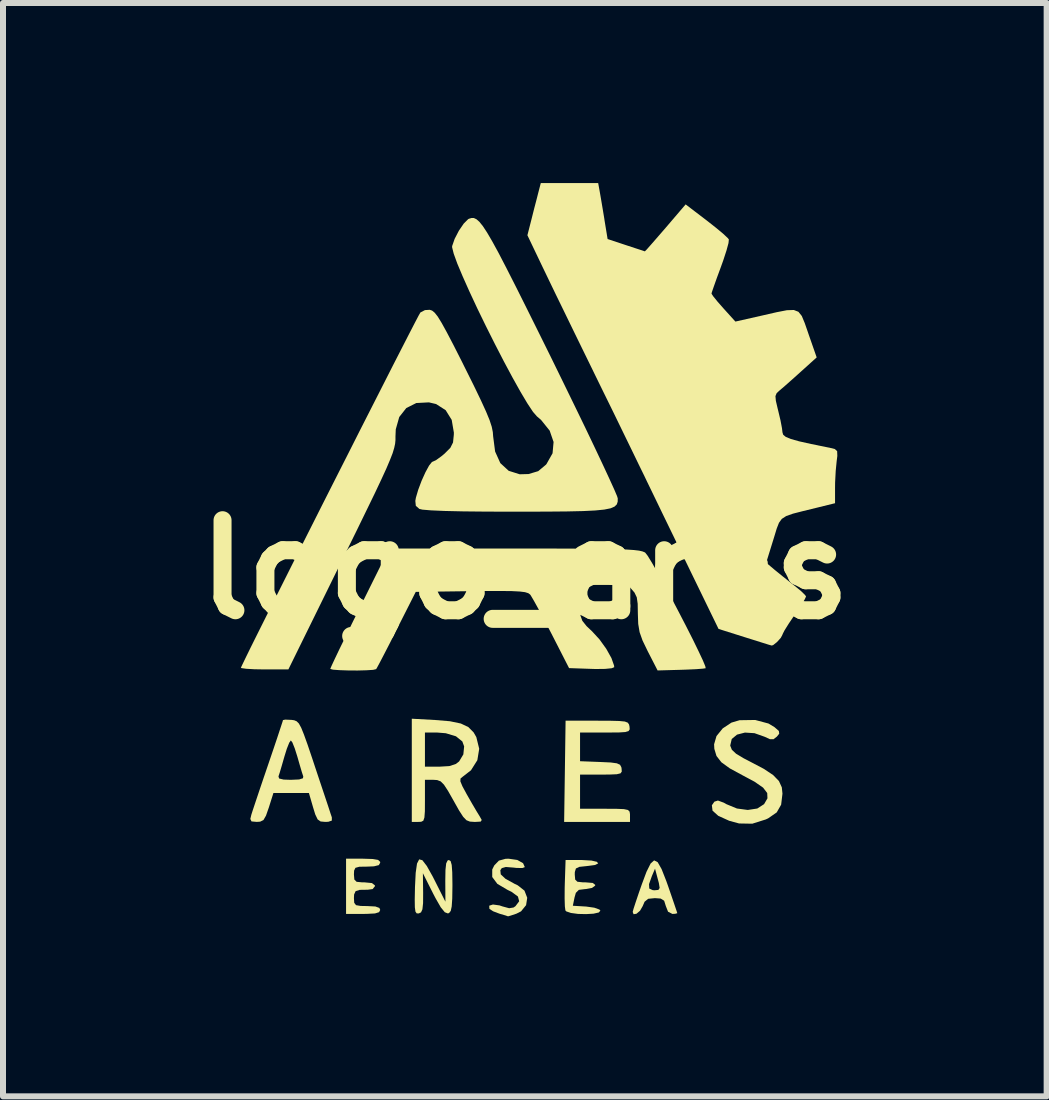
<source format=kicad_pcb>
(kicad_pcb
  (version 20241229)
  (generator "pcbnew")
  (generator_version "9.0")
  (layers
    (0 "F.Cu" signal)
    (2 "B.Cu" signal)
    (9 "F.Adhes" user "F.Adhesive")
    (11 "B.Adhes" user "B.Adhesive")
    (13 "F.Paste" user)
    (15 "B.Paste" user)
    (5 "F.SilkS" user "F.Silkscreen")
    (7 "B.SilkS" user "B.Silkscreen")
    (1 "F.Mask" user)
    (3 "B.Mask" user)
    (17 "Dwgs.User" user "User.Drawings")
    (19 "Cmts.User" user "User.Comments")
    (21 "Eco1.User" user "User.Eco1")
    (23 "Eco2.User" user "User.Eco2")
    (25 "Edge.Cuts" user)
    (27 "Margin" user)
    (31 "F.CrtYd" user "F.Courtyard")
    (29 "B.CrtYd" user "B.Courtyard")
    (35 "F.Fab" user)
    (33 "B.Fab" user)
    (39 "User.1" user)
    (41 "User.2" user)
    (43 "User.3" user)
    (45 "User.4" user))
  (footprint "logo_ares"
    (layer "F.Cu")
    (at 5.693 6.438)
    (property "Reference" "logo_ares" (at 0 0 0) (layer "F.SilkS") (effects (font (size 1.5 1.5) (thickness 0.3))))
    (attr board_only exclude_from_pos_files exclude_from_bom)
    (fp_poly (pts (xy -2.534 4.822) (xy -2.445 4.837) (xy -2.411 4.868) (xy -2.409 4.883) (xy -2.432 4.924) (xy -2.513 4.944) (xy -2.628 4.949) (xy -2.757 4.951) (xy -2.822 4.969) (xy -2.844 5.015) (xy -2.847 5.08) (xy -2.84 5.164) (xy -2.802 5.202) (xy -2.709 5.211) (xy -2.671 5.211) (xy -2.547 5.223) (xy -2.498 5.261) (xy -2.496 5.274) (xy -2.535 5.323) (xy -2.617 5.334) (xy -2.751 5.336) (xy -2.819 5.358) (xy -2.844 5.413) (xy -2.847 5.474) (xy -2.842 5.552) (xy -2.812 5.591) (xy -2.736 5.604) (xy -2.628 5.606) (xy -2.49 5.613) (xy -2.423 5.637) (xy -2.409 5.671) (xy -2.428 5.708) (xy -2.496 5.729) (xy -2.629 5.736) (xy -2.693 5.737) (xy -2.978 5.737) (xy -2.978 5.277) (xy -2.978 4.817) (xy -2.693 4.817)) (stroke (width 0) (type solid)) (fill yes) (layer "F.SilkS"))
    (fp_poly (pts (xy -1.707 4.842) (xy -1.633 4.938) (xy -1.534 5.115) (xy -1.504 5.174) (xy -1.323 5.533) (xy -1.325 5.186) (xy -1.322 5.004) (xy -1.31 4.895) (xy -1.286 4.846) (xy -1.265 4.839) (xy -1.236 4.857) (xy -1.218 4.921) (xy -1.209 5.043) (xy -1.206 5.236) (xy -1.206 5.277) (xy -1.209 5.48) (xy -1.218 5.612) (xy -1.234 5.687) (xy -1.261 5.721) (xy -1.281 5.729) (xy -1.333 5.709) (xy -1.401 5.626) (xy -1.489 5.472) (xy -1.526 5.401) (xy -1.698 5.059) (xy -1.694 5.387) (xy -1.695 5.558) (xy -1.706 5.66) (xy -1.729 5.711) (xy -1.767 5.729) (xy -1.801 5.728) (xy -1.822 5.699) (xy -1.832 5.627) (xy -1.834 5.498) (xy -1.83 5.296) (xy -1.83 5.292) (xy -1.818 5.052) (xy -1.796 4.898) (xy -1.76 4.828)) (stroke (width 0) (type solid)) (fill yes) (layer "F.SilkS"))
    (fp_poly (pts (xy 1.11 4.848) (xy 1.201 4.869) (xy 1.222 4.896) (xy 1.167 4.922) (xy 1.031 4.94) (xy 1.03 4.94) (xy 0.908 4.953) (xy 0.851 4.98) (xy 0.833 5.039) (xy 0.832 5.082) (xy 0.839 5.165) (xy 0.876 5.201) (xy 0.969 5.211) (xy 1.011 5.211) (xy 1.132 5.221) (xy 1.173 5.253) (xy 1.171 5.266) (xy 1.119 5.304) (xy 1.017 5.323) (xy 1.005 5.323) (xy 0.9 5.336) (xy 0.85 5.386) (xy 0.828 5.463) (xy 0.8 5.601) (xy 1.021 5.614) (xy 1.157 5.633) (xy 1.243 5.664) (xy 1.259 5.682) (xy 1.232 5.713) (xy 1.144 5.733) (xy 1.02 5.74) (xy 0.887 5.737) (xy 0.768 5.721) (xy 0.691 5.695) (xy 0.676 5.679) (xy 0.667 5.611) (xy 0.663 5.479) (xy 0.664 5.307) (xy 0.666 5.23) (xy 0.679 4.839) (xy 0.953 4.839)) (stroke (width 0) (type solid)) (fill yes) (layer "F.SilkS"))
    (fp_poly (pts (xy 1.426 2.519) (xy 1.575 2.523) (xy 1.666 2.532) (xy 1.715 2.551) (xy 1.736 2.581) (xy 1.744 2.617) (xy 1.747 2.662) (xy 1.728 2.691) (xy 1.674 2.707) (xy 1.567 2.714) (xy 1.392 2.715) (xy 1.339 2.715) (xy 0.92 2.715) (xy 0.92 2.954) (xy 0.92 3.193) (xy 1.259 3.206) (xy 1.431 3.214) (xy 1.533 3.228) (xy 1.586 3.252) (xy 1.608 3.293) (xy 1.612 3.317) (xy 1.615 3.366) (xy 1.594 3.395) (xy 1.532 3.41) (xy 1.412 3.415) (xy 1.273 3.416) (xy 0.92 3.416) (xy 0.92 3.701) (xy 0.92 3.985) (xy 1.336 3.985) (xy 1.528 3.986) (xy 1.65 3.991) (xy 1.717 4.005) (xy 1.745 4.032) (xy 1.752 4.076) (xy 1.752 4.095) (xy 1.752 4.204) (xy 1.203 4.204) (xy 0.655 4.204) (xy 0.667 3.361) (xy 0.679 2.518) (xy 1.204 2.518)) (stroke (width 0) (type solid)) (fill yes) (layer "F.SilkS"))
    (fp_poly (pts (xy 2.213 4.875) (xy 2.278 4.989) (xy 2.356 5.187) (xy 2.388 5.277) (xy 2.45 5.457) (xy 2.5 5.604) (xy 2.532 5.699) (xy 2.54 5.725) (xy 2.503 5.735) (xy 2.458 5.737) (xy 2.386 5.7) (xy 2.349 5.606) (xy 2.321 5.517) (xy 2.263 5.481) (xy 2.167 5.474) (xy 2.055 5.485) (xy 1.995 5.534) (xy 1.964 5.606) (xy 1.919 5.684) (xy 1.86 5.734) (xy 1.812 5.742) (xy 1.797 5.704) (xy 1.811 5.651) (xy 1.849 5.535) (xy 1.903 5.375) (xy 1.945 5.255) (xy 1.95 5.241) (xy 2.069 5.241) (xy 2.073 5.314) (xy 2.131 5.341) (xy 2.162 5.343) (xy 2.225 5.337) (xy 2.246 5.305) (xy 2.233 5.223) (xy 2.217 5.163) (xy 2.169 4.983) (xy 2.116 5.108) (xy 2.069 5.241) (xy 1.95 5.241) (xy 2.027 5.035) (xy 2.095 4.898) (xy 2.154 4.845)) (stroke (width 0) (type solid)) (fill yes) (layer "F.SilkS"))
    (fp_poly (pts (xy -0.125 4.838) (xy -0.029 4.892) (xy 0 4.957) (xy -0.039 4.972) (xy -0.136 4.971) (xy -0.19 4.965) (xy -0.317 4.955) (xy -0.384 4.974) (xy -0.408 5.009) (xy -0.401 5.078) (xy -0.322 5.152) (xy -0.166 5.238) (xy -0.119 5.26) (xy -0.006 5.349) (xy 0.04 5.468) (xy 0.021 5.591) (xy -0.063 5.694) (xy -0.14 5.733) (xy -0.233 5.764) (xy -0.279 5.777) (xy -0.28 5.777) (xy -0.32 5.763) (xy -0.413 5.736) (xy -0.425 5.732) (xy -0.528 5.693) (xy -0.588 5.654) (xy -0.59 5.652) (xy -0.593 5.6) (xy -0.531 5.58) (xy -0.422 5.595) (xy -0.375 5.611) (xy -0.261 5.642) (xy -0.188 5.63) (xy -0.156 5.608) (xy -0.094 5.526) (xy -0.115 5.447) (xy -0.221 5.369) (xy -0.287 5.337) (xy -0.458 5.236) (xy -0.543 5.122) (xy -0.543 4.997) (xy -0.509 4.929) (xy -0.432 4.849) (xy -0.322 4.819) (xy -0.271 4.817)) (stroke (width 0) (type solid)) (fill yes) (layer "F.SilkS"))
    (fp_poly (pts (xy 4.059 2.565) (xy 4.16 2.626) (xy 4.232 2.689) (xy 4.238 2.735) (xy 4.199 2.783) (xy 4.142 2.827) (xy 4.083 2.826) (xy 3.993 2.785) (xy 3.826 2.726) (xy 3.667 2.716) (xy 3.535 2.75) (xy 3.447 2.823) (xy 3.422 2.93) (xy 3.423 2.937) (xy 3.449 3.002) (xy 3.519 3.068) (xy 3.647 3.145) (xy 3.757 3.202) (xy 3.983 3.321) (xy 4.138 3.425) (xy 4.233 3.523) (xy 4.281 3.628) (xy 4.292 3.733) (xy 4.27 3.917) (xy 4.196 4.046) (xy 4.053 4.145) (xy 4.014 4.163) (xy 3.789 4.234) (xy 3.569 4.23) (xy 3.404 4.185) (xy 3.223 4.103) (xy 3.127 4.017) (xy 3.116 3.927) (xy 3.158 3.867) (xy 3.217 3.848) (xy 3.315 3.884) (xy 3.359 3.909) (xy 3.534 3.981) (xy 3.714 4.005) (xy 3.873 3.981) (xy 3.986 3.908) (xy 3.987 3.906) (xy 4.042 3.811) (xy 4.038 3.723) (xy 3.969 3.633) (xy 3.828 3.535) (xy 3.628 3.428) (xy 3.416 3.313) (xy 3.275 3.211) (xy 3.193 3.106) (xy 3.157 2.987) (xy 3.153 2.911) (xy 3.193 2.774) (xy 3.297 2.646) (xy 3.442 2.55) (xy 3.577 2.51) (xy 3.838 2.506)) (stroke (width 0) (type solid)) (fill yes) (layer "F.SilkS"))
    (fp_poly (pts (xy -1.5 2.506) (xy -1.248 2.527) (xy -1.066 2.565) (xy -0.94 2.625) (xy -0.853 2.713) (xy -0.808 2.791) (xy -0.76 2.986) (xy -0.791 3.176) (xy -0.897 3.344) (xy -1.036 3.452) (xy -1.071 3.481) (xy -1.074 3.528) (xy -1.04 3.61) (xy -0.966 3.747) (xy -0.964 3.75) (xy -0.879 3.899) (xy -0.802 4.03) (xy -0.755 4.106) (xy -0.718 4.172) (xy -0.735 4.199) (xy -0.823 4.204) (xy -0.841 4.204) (xy -0.915 4.199) (xy -0.973 4.176) (xy -1.028 4.118) (xy -1.097 4.011) (xy -1.185 3.854) (xy -1.279 3.688) (xy -1.347 3.584) (xy -1.402 3.529) (xy -1.46 3.507) (xy -1.521 3.503) (xy -1.664 3.503) (xy -1.664 3.854) (xy -1.665 4.028) (xy -1.673 4.132) (xy -1.691 4.184) (xy -1.727 4.202) (xy -1.774 4.204) (xy -1.883 4.204) (xy -1.883 3.345) (xy -1.883 2.715) (xy -1.664 2.715) (xy -1.664 3) (xy -1.664 3.284) (xy -1.423 3.284) (xy -1.257 3.274) (xy -1.15 3.239) (xy -1.095 3.197) (xy -1.024 3.079) (xy -1.011 2.946) (xy -1.041 2.864) (xy -1.147 2.778) (xy -1.316 2.727) (xy -1.464 2.715) (xy -1.664 2.715) (xy -1.883 2.715) (xy -1.883 2.485)) (stroke (width 0) (type solid)) (fill yes) (layer "F.SilkS"))
    (fp_poly (pts (xy -3.899 2.504) (xy -3.89 2.504) (xy -3.841 2.511) (xy -3.801 2.528) (xy -3.764 2.565) (xy -3.725 2.636) (xy -3.679 2.75) (xy -3.618 2.92) (xy -3.538 3.157) (xy -3.496 3.284) (xy -3.413 3.533) (xy -3.338 3.757) (xy -3.277 3.94) (xy -3.235 4.069) (xy -3.215 4.128) (xy -3.215 4.182) (xy -3.274 4.202) (xy -3.324 4.204) (xy -3.402 4.197) (xy -3.451 4.163) (xy -3.491 4.08) (xy -3.527 3.963) (xy -3.597 3.722) (xy -3.893 3.722) (xy -4.188 3.722) (xy -4.264 3.963) (xy -4.312 4.1) (xy -4.354 4.173) (xy -4.409 4.2) (xy -4.466 4.204) (xy -4.553 4.196) (xy -4.573 4.155) (xy -4.556 4.084) (xy -4.53 4.003) (xy -4.481 3.856) (xy -4.415 3.659) (xy -4.343 3.446) (xy -4.104 3.446) (xy -4.093 3.481) (xy -4.018 3.499) (xy -3.898 3.503) (xy -3.76 3.497) (xy -3.696 3.477) (xy -3.691 3.446) (xy -3.714 3.376) (xy -3.751 3.251) (xy -3.789 3.118) (xy -3.833 2.979) (xy -3.872 2.881) (xy -3.898 2.847) (xy -3.925 2.885) (xy -3.965 2.986) (xy -4.006 3.118) (xy -4.049 3.268) (xy -4.085 3.389) (xy -4.104 3.446) (xy -4.343 3.446) (xy -4.337 3.429) (xy -4.274 3.244) (xy -4.194 3.009) (xy -4.125 2.804) (xy -4.072 2.643) (xy -4.038 2.54) (xy -4.029 2.508) (xy -3.991 2.5)) (stroke (width 0) (type solid)) (fill yes) (layer "F.SilkS"))
    (fp_poly (pts (xy 0.312 -0.35) (xy 0.719 -0.349) (xy 1.054 -0.347) (xy 1.324 -0.344) (xy 1.537 -0.339) (xy 1.699 -0.333) (xy 1.819 -0.325) (xy 1.903 -0.315) (xy 1.96 -0.302) (xy 1.997 -0.287) (xy 2.006 -0.281) (xy 2.046 -0.23) (xy 2.116 -0.116) (xy 2.21 0.048) (xy 2.321 0.249) (xy 2.442 0.474) (xy 2.566 0.71) (xy 2.687 0.944) (xy 2.799 1.165) (xy 2.893 1.358) (xy 2.965 1.511) (xy 3.006 1.61) (xy 3.013 1.644) (xy 2.966 1.651) (xy 2.851 1.66) (xy 2.691 1.667) (xy 2.605 1.67) (xy 2.212 1.681) (xy 2.047 1.36) (xy 1.961 1.182) (xy 1.912 1.043) (xy 1.889 0.906) (xy 1.883 0.736) (xy 1.883 0.734) (xy 1.88 0.569) (xy 1.865 0.463) (xy 1.827 0.384) (xy 1.758 0.304) (xy 1.734 0.28) (xy 1.571 0.163) (xy 1.397 0.131) (xy 1.206 0.185) (xy 1.183 0.197) (xy 1.026 0.316) (xy 0.94 0.48) (xy 0.92 0.652) (xy 0.927 0.767) (xy 0.958 0.854) (xy 1.029 0.943) (xy 1.122 1.031) (xy 1.245 1.165) (xy 1.357 1.321) (xy 1.443 1.475) (xy 1.487 1.6) (xy 1.489 1.627) (xy 1.448 1.644) (xy 1.339 1.655) (xy 1.179 1.657) (xy 1.113 1.655) (xy 0.737 1.642) (xy 0.441 1.063) (xy 0.332 0.854) (xy 0.233 0.668) (xy 0.153 0.523) (xy 0.1 0.433) (xy 0.088 0.416) (xy 0.058 0.394) (xy 0.004 0.377) (xy -0.084 0.366) (xy -0.219 0.359) (xy -0.412 0.357) (xy -0.673 0.358) (xy -0.893 0.36) (xy -1.817 0.372) (xy -2.138 1.006) (xy -2.246 1.221) (xy -2.342 1.407) (xy -2.417 1.551) (xy -2.464 1.638) (xy -2.477 1.659) (xy -2.528 1.671) (xy -2.639 1.678) (xy -2.786 1.682) (xy -2.943 1.681) (xy -3.088 1.676) (xy -3.195 1.668) (xy -3.24 1.656) (xy -3.241 1.655) (xy -3.222 1.609) (xy -3.169 1.495) (xy -3.088 1.325) (xy -2.983 1.11) (xy -2.86 0.859) (xy -2.75 0.637) (xy -2.26 -0.35) (xy -0.176 -0.35)) (stroke (width 0) (type solid)) (fill yes) (layer "F.SilkS"))
    (fp_poly (pts (xy 1.248 -6.295) (xy 1.268 -6.18) (xy 1.296 -6.014) (xy 1.326 -5.833) (xy 1.326 -5.829) (xy 1.379 -5.506) (xy 1.686 -5.404) (xy 1.835 -5.355) (xy 1.946 -5.319) (xy 1.999 -5.301) (xy 2 -5.301) (xy 2.03 -5.331) (xy 2.105 -5.416) (xy 2.214 -5.541) (xy 2.344 -5.691) (xy 2.679 -6.083) (xy 3.029 -5.816) (xy 3.179 -5.698) (xy 3.302 -5.596) (xy 3.38 -5.523) (xy 3.399 -5.499) (xy 3.393 -5.439) (xy 3.36 -5.317) (xy 3.307 -5.154) (xy 3.264 -5.034) (xy 3.199 -4.858) (xy 3.148 -4.714) (xy 3.116 -4.621) (xy 3.11 -4.596) (xy 3.137 -4.554) (xy 3.208 -4.466) (xy 3.308 -4.352) (xy 3.309 -4.351) (xy 3.508 -4.131) (xy 3.955 -4.232) (xy 4.195 -4.287) (xy 4.365 -4.32) (xy 4.481 -4.324) (xy 4.558 -4.294) (xy 4.614 -4.224) (xy 4.663 -4.106) (xy 4.722 -3.936) (xy 4.722 -3.935) (xy 4.862 -3.534) (xy 4.596 -3.294) (xy 4.459 -3.171) (xy 4.337 -3.063) (xy 4.252 -2.99) (xy 4.242 -2.982) (xy 4.195 -2.938) (xy 4.175 -2.889) (xy 4.182 -2.811) (xy 4.213 -2.678) (xy 4.222 -2.642) (xy 4.259 -2.486) (xy 4.284 -2.354) (xy 4.292 -2.286) (xy 4.304 -2.246) (xy 4.347 -2.21) (xy 4.432 -2.175) (xy 4.57 -2.136) (xy 4.771 -2.091) (xy 5.047 -2.035) (xy 5.074 -2.03) (xy 5.164 -2.008) (xy 5.203 -1.972) (xy 5.206 -1.893) (xy 5.195 -1.805) (xy 5.179 -1.642) (xy 5.169 -1.451) (xy 5.168 -1.357) (xy 5.168 -1.105) (xy 4.872 -1.032) (xy 4.635 -0.974) (xy 4.467 -0.931) (xy 4.354 -0.891) (xy 4.281 -0.844) (xy 4.234 -0.779) (xy 4.197 -0.685) (xy 4.157 -0.553) (xy 4.139 -0.495) (xy 4.021 -0.114) (xy 4.167 0.009) (xy 4.294 0.112) (xy 4.441 0.229) (xy 4.498 0.274) (xy 4.602 0.359) (xy 4.67 0.426) (xy 4.685 0.449) (xy 4.662 0.498) (xy 4.6 0.599) (xy 4.511 0.731) (xy 4.489 0.764) (xy 4.396 0.902) (xy 4.326 1.014) (xy 4.293 1.079) (xy 4.292 1.086) (xy 4.264 1.138) (xy 4.202 1.207) (xy 4.138 1.258) (xy 4.113 1.266) (xy 4.066 1.253) (xy 3.954 1.218) (xy 3.795 1.168) (xy 3.661 1.126) (xy 3.227 0.989) (xy 2.747 0.002) (xy 2.595 -0.311) (xy 2.438 -0.635) (xy 2.285 -0.95) (xy 2.147 -1.236) (xy 2.032 -1.473) (xy 1.993 -1.555) (xy 1.899 -1.747) (xy 1.776 -2.001) (xy 1.63 -2.301) (xy 1.471 -2.628) (xy 1.305 -2.966) (xy 1.142 -3.299) (xy 1.139 -3.306) (xy 0.977 -3.637) (xy 0.814 -3.971) (xy 0.657 -4.294) (xy 0.514 -4.587) (xy 0.394 -4.836) (xy 0.304 -5.023) (xy 0.301 -5.029) (xy 0.043 -5.569) (xy 0.112 -5.839) (xy 0.156 -6.014) (xy 0.2 -6.182) (xy 0.223 -6.273) (xy 0.266 -6.438) (xy 0.744 -6.438) (xy 1.222 -6.438)) (stroke (width 0) (type solid)) (fill yes) (layer "F.SilkS"))
    (fp_poly (pts (xy -0.849 -5.856) (xy -0.806 -5.836) (xy -0.757 -5.793) (xy -0.699 -5.721) (xy -0.628 -5.613) (xy -0.541 -5.464) (xy -0.434 -5.268) (xy -0.306 -5.021) (xy -0.151 -4.716) (xy 0.033 -4.348) (xy 0.25 -3.911) (xy 0.437 -3.533) (xy 0.64 -3.118) (xy 0.832 -2.724) (xy 1.009 -2.359) (xy 1.166 -2.03) (xy 1.301 -1.744) (xy 1.41 -1.509) (xy 1.49 -1.333) (xy 1.537 -1.222) (xy 1.548 -1.186) (xy 1.547 -1.13) (xy 1.532 -1.085) (xy 1.495 -1.049) (xy 1.428 -1.02) (xy 1.323 -0.999) (xy 1.172 -0.984) (xy 0.967 -0.974) (xy 0.7 -0.968) (xy 0.364 -0.965) (xy -0.051 -0.964) (xy -0.167 -0.964) (xy -0.637 -0.965) (xy -1.028 -0.969) (xy -1.337 -0.976) (xy -1.564 -0.986) (xy -1.706 -0.998) (xy -1.757 -1.01) (xy -1.816 -1.062) (xy -1.824 -1.144) (xy -1.815 -1.196) (xy -1.776 -1.329) (xy -1.72 -1.478) (xy -1.656 -1.62) (xy -1.595 -1.732) (xy -1.547 -1.792) (xy -1.537 -1.796) (xy -1.48 -1.822) (xy -1.386 -1.89) (xy -1.337 -1.931) (xy -1.241 -2.027) (xy -1.196 -2.117) (xy -1.183 -2.244) (xy -1.182 -2.281) (xy -1.218 -2.493) (xy -1.319 -2.655) (xy -1.478 -2.757) (xy -1.598 -2.785) (xy -1.808 -2.774) (xy -1.975 -2.69) (xy -2.092 -2.541) (xy -2.15 -2.336) (xy -2.155 -2.215) (xy -2.155 -2.156) (xy -2.161 -2.095) (xy -2.176 -2.026) (xy -2.202 -1.939) (xy -2.245 -1.829) (xy -2.305 -1.687) (xy -2.388 -1.506) (xy -2.496 -1.277) (xy -2.633 -0.995) (xy -2.801 -0.65) (xy -3.005 -0.236) (xy -3.044 -0.156) (xy -3.939 1.664) (xy -4.335 1.664) (xy -4.508 1.661) (xy -4.643 1.653) (xy -4.72 1.642) (xy -4.73 1.636) (xy -4.71 1.592) (xy -4.655 1.478) (xy -4.568 1.3) (xy -4.452 1.067) (xy -4.311 0.785) (xy -4.149 0.462) (xy -3.97 0.105) (xy -3.778 -0.278) (xy -3.575 -0.68) (xy -3.367 -1.093) (xy -3.156 -1.51) (xy -2.946 -1.924) (xy -2.742 -2.328) (xy -2.546 -2.713) (xy -2.363 -3.073) (xy -2.197 -3.4) (xy -2.05 -3.687) (xy -1.928 -3.925) (xy -1.833 -4.109) (xy -1.769 -4.231) (xy -1.74 -4.282) (xy -1.739 -4.283) (xy -1.664 -4.322) (xy -1.584 -4.327) (xy -1.545 -4.314) (xy -1.503 -4.28) (xy -1.451 -4.215) (xy -1.386 -4.109) (xy -1.301 -3.955) (xy -1.19 -3.743) (xy -1.048 -3.463) (xy -1.003 -3.372) (xy -0.849 -3.063) (xy -0.732 -2.82) (xy -0.646 -2.632) (xy -0.587 -2.489) (xy -0.551 -2.378) (xy -0.533 -2.289) (xy -0.528 -2.221) (xy -0.495 -1.966) (xy -0.408 -1.773) (xy -0.269 -1.645) (xy -0.085 -1.587) (xy 0.062 -1.591) (xy 0.223 -1.639) (xy 0.352 -1.747) (xy 0.361 -1.758) (xy 0.462 -1.937) (xy 0.479 -2.125) (xy 0.414 -2.314) (xy 0.27 -2.493) (xy 0.201 -2.552) (xy 0.136 -2.627) (xy 0.042 -2.769) (xy -0.074 -2.964) (xy -0.207 -3.202) (xy -0.351 -3.471) (xy -0.5 -3.76) (xy -0.649 -4.057) (xy -0.792 -4.351) (xy -0.922 -4.63) (xy -1.035 -4.883) (xy -1.125 -5.097) (xy -1.185 -5.263) (xy -1.211 -5.367) (xy -1.211 -5.388) (xy -1.169 -5.509) (xy -1.099 -5.644) (xy -1.018 -5.763) (xy -0.944 -5.837) (xy -0.93 -5.844) (xy -0.889 -5.856)) (stroke (width 0) (type solid)) (fill yes) (layer "F.SilkS")))
  (gr_rect
    (start -3 -3)
    (end 14.386 15.214)
    (stroke (width 0.1) (type default))
    (fill no)
    (layer "Edge.Cuts")))
</source>
